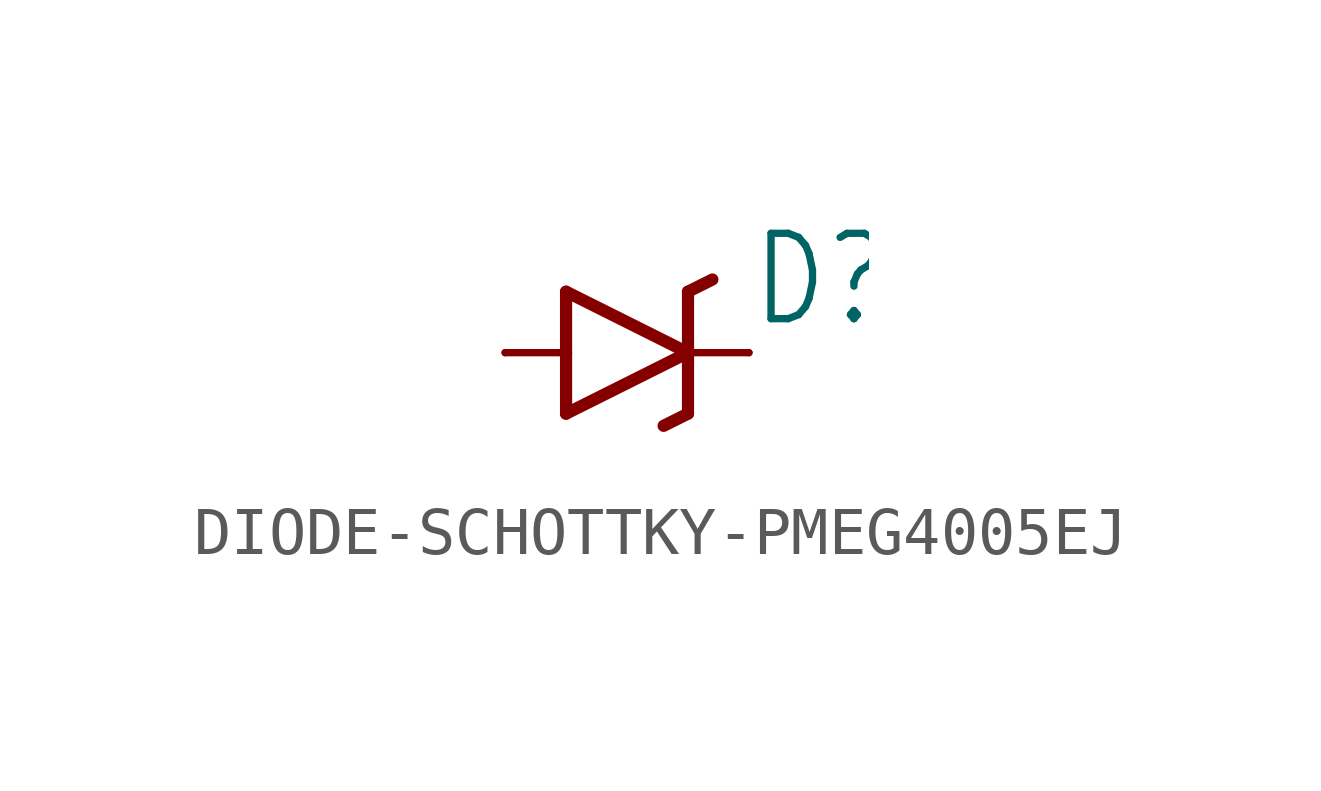
<source format=kicad_sym>
(kicad_symbol_lib
  (version 20231120)
  (generator "kicad_symbol_editor")
  (generator_version "8.0")
  (symbol "DIODE-SCHOTTKY-PMEG4005EJ"
    (property "Reference" "D"
      (at 2.54 0.483 0)
      (effects (font (size 1.778 1.511)) (justify left bottom)))
    (property "Value" ""
      (at 2.54 -2.311 0)
      (effects (font (size 1.778 1.511)) (justify left bottom)))
    (property "ki_locked" ""
      (at 0 0 0)
      (effects (font (size 1.27 1.27))))
    (symbol "DIODE-SCHOTTKY-PMEG4005EJ_1_0"
      (polyline (pts (xy -2.54 0) (xy -1.27 0)) (stroke (width 0.152) (type solid)) (fill (type none)))
      (polyline (pts (xy -1.27 -1.27) (xy 1.27 0)) (stroke (width 0.254) (type solid)) (fill (type none)))
      (polyline (pts (xy -1.27 0) (xy -1.27 -1.27)) (stroke (width 0.254) (type solid)) (fill (type none)))
      (polyline (pts (xy -1.27 1.27) (xy -1.27 0)) (stroke (width 0.254) (type solid)) (fill (type none)))
      (polyline (pts (xy 1.27 -1.27) (xy 0.762 -1.524)) (stroke (width 0.254) (type solid)) (fill (type none)))
      (polyline (pts (xy 1.27 0) (xy -1.27 1.27)) (stroke (width 0.254) (type solid)) (fill (type none)))
      (polyline (pts (xy 1.27 0) (xy 1.27 -1.27)) (stroke (width 0.254) (type solid)) (fill (type none)))
      (polyline (pts (xy 1.27 1.27) (xy 1.27 0)) (stroke (width 0.254) (type solid)) (fill (type none)))
      (polyline (pts (xy 1.27 1.27) (xy 1.778 1.524)) (stroke (width 0.254) (type solid)) (fill (type none)))
      (polyline (pts (xy 2.54 0) (xy 1.27 0)) (stroke (width 0.152) (type solid)) (fill (type none)))
      (pin passive line (at -2.54 0 0) (length 0) (name "A" (effects (font (size 0 0)))) (number "A" (effects (font (size 0 0)))))
      (pin passive line (at 2.54 0 180) (length 0) (name "C" (effects (font (size 0 0)))) (number "C" (effects (font (size 0 0))))))))
</source>
